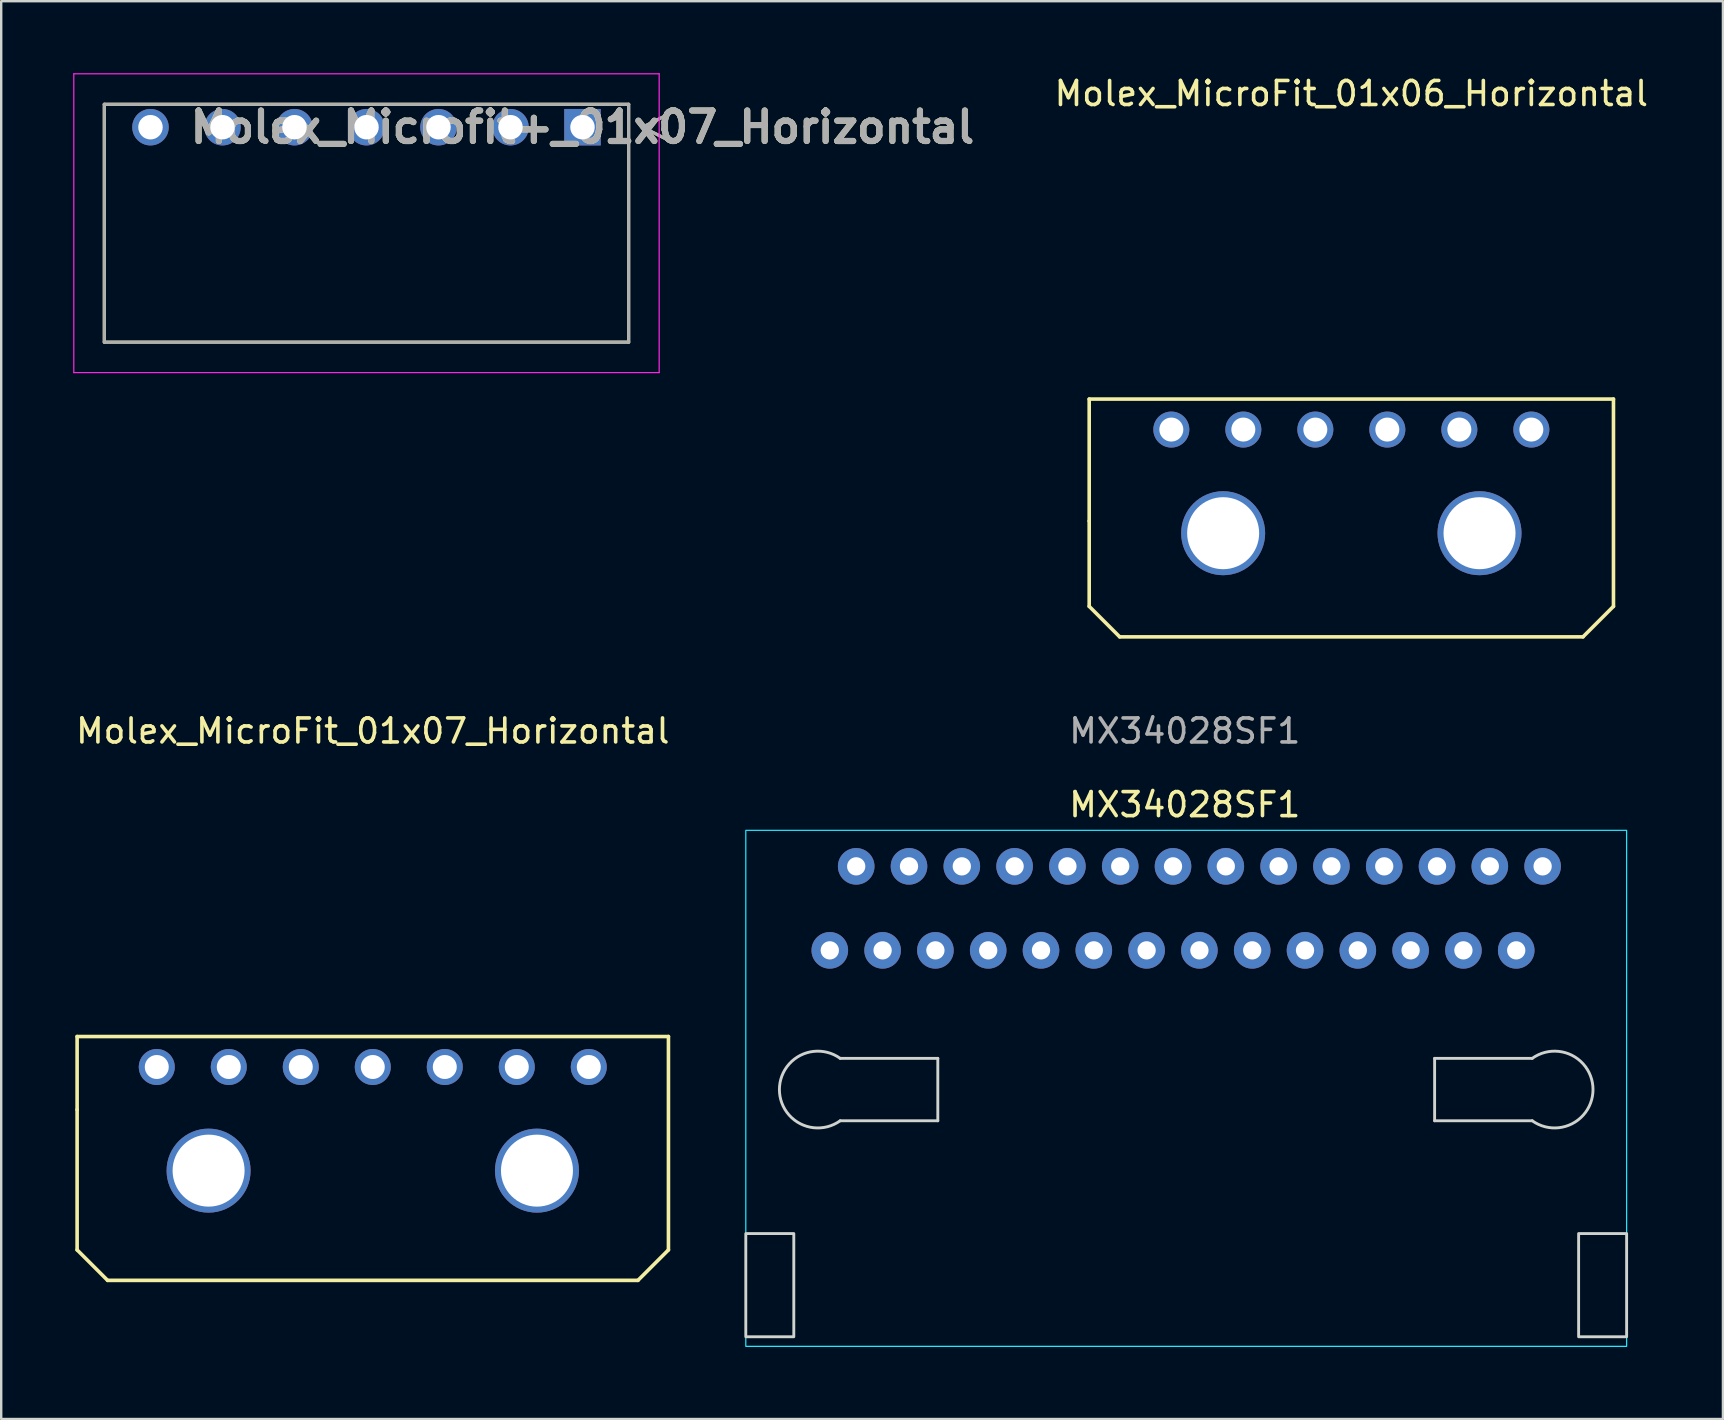
<source format=kicad_pcb>
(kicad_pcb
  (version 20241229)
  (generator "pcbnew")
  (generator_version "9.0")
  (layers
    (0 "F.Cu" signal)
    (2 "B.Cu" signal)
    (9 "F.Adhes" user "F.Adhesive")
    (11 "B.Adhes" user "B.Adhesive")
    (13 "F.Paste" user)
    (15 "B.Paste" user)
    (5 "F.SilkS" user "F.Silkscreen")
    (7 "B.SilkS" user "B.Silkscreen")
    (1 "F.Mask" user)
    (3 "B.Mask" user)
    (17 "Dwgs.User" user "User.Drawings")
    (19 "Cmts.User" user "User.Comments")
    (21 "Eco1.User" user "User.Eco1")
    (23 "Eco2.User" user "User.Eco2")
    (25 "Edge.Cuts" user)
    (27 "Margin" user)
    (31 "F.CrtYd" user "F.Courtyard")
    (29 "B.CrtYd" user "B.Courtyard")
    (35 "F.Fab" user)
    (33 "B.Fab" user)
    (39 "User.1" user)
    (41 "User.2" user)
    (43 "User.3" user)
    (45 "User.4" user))
  (footprint "Molex_MicroFit_01x07_Horizontal"
    (layer "F.Cu")
    (at 12.482 41.407)
    (property "Reference" "Molex_MicroFit_01x07_Horizontal" (at 0 -14 0) (layer "F.SilkS") (effects (font (size 1 1) (thickness 0.15))))
    (attr through_hole)
    (fp_line (start -12.319 -1.27) (end 12.319 -1.27) (stroke (width 0.15) (type solid)) (layer "F.SilkS"))
    (fp_line (start -12.319 1.778) (end -12.319 -1.27) (stroke (width 0.15) (type solid)) (layer "F.SilkS"))
    (fp_line (start -12.319 1.778) (end -12.319 7.62) (stroke (width 0.15) (type solid)) (layer "F.SilkS"))
    (fp_line (start -11.049 8.89) (end -12.319 7.62) (stroke (width 0.15) (type solid)) (layer "F.SilkS"))
    (fp_line (start -11.049 8.89) (end 11.049 8.89) (stroke (width 0.15) (type solid)) (layer "F.SilkS"))
    (fp_line (start 12.319 -1.27) (end 12.319 7.62) (stroke (width 0.15) (type solid)) (layer "F.SilkS"))
    (fp_line (start 12.319 7.62) (end 11.049 8.89) (stroke (width 0.15) (type solid)) (layer "F.SilkS"))
    (pad "" thru_hole circle (at -6.841 4.318) (size 3.5 3.5) (drill 3) (layers "*.Cu" "*.Mask"))
    (pad "" thru_hole circle (at 6.841 4.318) (size 3.5 3.5) (drill 3) (layers "*.Cu" "*.Mask"))
    (pad "1" thru_hole circle (at 9 0) (size 1.5 1.5) (drill 1) (layers "*.Cu" "*.Mask"))
    (pad "2" thru_hole circle (at 6 0) (size 1.5 1.5) (drill 1) (layers "*.Cu" "*.Mask"))
    (pad "3" thru_hole circle (at 3 0) (size 1.5 1.5) (drill 1) (layers "*.Cu" "*.Mask"))
    (pad "4" thru_hole circle (at 0 0) (size 1.5 1.5) (drill 1) (layers "*.Cu" "*.Mask"))
    (pad "5" thru_hole circle (at -3 0) (size 1.5 1.5) (drill 1) (layers "*.Cu" "*.Mask"))
    (pad "6" thru_hole circle (at -6 0) (size 1.5 1.5) (drill 1) (layers "*.Cu" "*.Mask"))
    (pad "7" thru_hole circle (at -9 0) (size 1.5 1.5) (drill 1) (layers "*.Cu" "*.Mask")))
  (footprint "Molex_Microfit+_01x07_Horizontal"
    (layer "F.Cu")
    (at 21.22 2.25)
    (property "Reference" "Molex_Microfit+_01x07_Horizontal" (at 0 0 0) (layer "F.SilkS") (effects (font (size 1.27 1.27) (thickness 0.254))))
    (attr through_hole)
    (fp_line (start -19.925 -0.955) (end 1.925 -0.955) (stroke (width 0.127) (type solid)) (layer "F.SilkS"))
    (fp_line (start -19.925 8.955) (end -19.925 -0.955) (stroke (width 0.127) (type solid)) (layer "F.SilkS"))
    (fp_line (start 1.925 -0.955) (end 1.925 8.955) (stroke (width 0.127) (type solid)) (layer "F.SilkS"))
    (fp_line (start 1.925 8.955) (end -19.925 8.955) (stroke (width 0.127) (type solid)) (layer "F.SilkS"))
    (fp_line (start 2.5 0) (end 3.5 -0.5) (stroke (width 0.127) (type solid)) (layer "F.SilkS"))
    (fp_line (start 3.5 -0.5) (end 3.5 0.5) (stroke (width 0.127) (type solid)) (layer "F.SilkS"))
    (fp_line (start 3.5 0.5) (end 2.5 0) (stroke (width 0.127) (type solid)) (layer "F.SilkS"))
    (fp_line (start -21.195 -2.225) (end 3.195 -2.225) (stroke (width 0.05) (type solid)) (layer "F.CrtYd"))
    (fp_line (start -21.195 10.225) (end -21.195 -2.225) (stroke (width 0.05) (type solid)) (layer "F.CrtYd"))
    (fp_line (start 3.195 -2.225) (end 3.195 10.225) (stroke (width 0.05) (type solid)) (layer "F.CrtYd"))
    (fp_line (start 3.195 10.225) (end -21.195 10.225) (stroke (width 0.05) (type solid)) (layer "F.CrtYd"))
    (fp_line (start -19.925 -0.955) (end 1.925 -0.955) (stroke (width 0.127) (type solid)) (layer "F.Fab"))
    (fp_line (start -19.925 8.955) (end -19.925 -0.955) (stroke (width 0.127) (type solid)) (layer "F.Fab"))
    (fp_line (start 1.925 -0.955) (end 1.925 8.955) (stroke (width 0.127) (type solid)) (layer "F.Fab"))
    (fp_line (start 1.925 8.955) (end -19.925 8.955) (stroke (width 0.127) (type solid)) (layer "F.Fab"))
    (fp_line (start 2.5 0) (end 3.5 -0.5) (stroke (width 0.127) (type solid)) (layer "F.Fab"))
    (fp_line (start 3.5 -0.5) (end 3.5 0.5) (stroke (width 0.127) (type solid)) (layer "F.Fab"))
    (fp_line (start 3.5 0.5) (end 2.5 0) (stroke (width 0.127) (type solid)) (layer "F.Fab"))
    (fp_text user "${REFERENCE}" (at 0 0 0) (layer "F.Fab") (effects (font (size 1.27 1.27) (thickness 0.254))))
    (pad "" np_thru_hole circle (at -15.84 4.3) (size 0.001 0.001) (drill 3) (layers "*.Cu" "*.Mask"))
    (pad "" np_thru_hole circle (at -2.16 4.3) (size 0.001 0.001) (drill 3) (layers "*.Cu" "*.Mask"))
    (pad "1" thru_hole rect (at 0 0) (size 1.52 1.52) (drill 1.02) (layers "*.Cu" "*.Mask"))
    (pad "2" thru_hole circle (at -3 0) (size 1.52 1.52) (drill 1.02) (layers "*.Cu" "*.Mask"))
    (pad "3" thru_hole circle (at -6 0) (size 1.52 1.52) (drill 1.02) (layers "*.Cu" "*.Mask"))
    (pad "4" thru_hole circle (at -9 0) (size 1.52 1.52) (drill 1.02) (layers "*.Cu" "*.Mask"))
    (pad "5" thru_hole circle (at -12 0) (size 1.52 1.52) (drill 1.02) (layers "*.Cu" "*.Mask"))
    (pad "6" thru_hole circle (at -15 0) (size 1.52 1.52) (drill 1.02) (layers "*.Cu" "*.Mask"))
    (pad "7" thru_hole circle (at -18 0) (size 1.52 1.52) (drill 1.02) (layers "*.Cu" "*.Mask")))
  (footprint "MX34028SF1"
    (layer "F.Cu")
    (at 61.224 33.047)
    (property "Reference" "MX34028SF1" (at -14.91 -2.57 0) (unlocked yes) (layer "F.SilkS") (effects (font (size 1 1) (thickness 0.15))))
    (attr through_hole)
    (fp_line (start -29.267 10.6) (end -25.2 10.6) (stroke (width 0.12) (type solid)) (layer "Edge.Cuts"))
    (fp_line (start -25.2 8) (end -29.267 8) (stroke (width 0.12) (type solid)) (layer "Edge.Cuts"))
    (fp_line (start -25.2 10.6) (end -25.2 8) (stroke (width 0.12) (type solid)) (layer "Edge.Cuts"))
    (fp_line (start -4.5 8) (end -0.433 8) (stroke (width 0.12) (type solid)) (layer "Edge.Cuts"))
    (fp_line (start -4.5 10.6) (end -4.5 8) (stroke (width 0.12) (type solid)) (layer "Edge.Cuts"))
    (fp_line (start -0.433 10.6) (end -4.5 10.6) (stroke (width 0.12) (type solid)) (layer "Edge.Cuts"))
    (fp_rect (start -31.2 15.3) (end -33.2 19.6) (stroke (width 0.12) (type solid)) (fill no) (layer "Edge.Cuts"))
    (fp_rect (start 3.5 15.3) (end 1.5 19.6) (stroke (width 0.12) (type solid)) (fill no) (layer "Edge.Cuts"))
    (fp_arc (start -29.267262 10.6) (mid -31.799506 9.3) (end -29.267262 8) (stroke (width 0.12) (type solid)) (layer "Edge.Cuts"))
    (fp_arc (start -0.432738 8) (mid 2.099506 9.3) (end -0.432738 10.6) (stroke (width 0.12) (type solid)) (layer "Edge.Cuts"))
    (fp_rect (start 3.5 -1.5) (end -33.2 20) (stroke (width 0.05) (type solid)) (fill no) (layer "B.CrtYd"))
    (fp_text user "${REFERENCE}" (at -14.91 -5.64 0) (unlocked yes) (layer "F.Fab") (effects (font (size 1 1) (thickness 0.15))))
    (pad "1" thru_hole circle (at 0 0) (size 1.524 1.524) (drill 0.762) (layers "*.Cu" "*.Mask"))
    (pad "2" thru_hole circle (at -2.2 0) (size 1.524 1.524) (drill 0.762) (layers "*.Cu" "*.Mask"))
    (pad "3" thru_hole circle (at -4.4 0) (size 1.524 1.524) (drill 0.762) (layers "*.Cu" "*.Mask"))
    (pad "4" thru_hole circle (at -6.6 0) (size 1.524 1.524) (drill 0.762) (layers "*.Cu" "*.Mask"))
    (pad "5" thru_hole circle (at -8.8 0) (size 1.524 1.524) (drill 0.762) (layers "*.Cu" "*.Mask"))
    (pad "6" thru_hole circle (at -11 0) (size 1.524 1.524) (drill 0.762) (layers "*.Cu" "*.Mask"))
    (pad "7" thru_hole circle (at -13.2 0) (size 1.524 1.524) (drill 0.762) (layers "*.Cu" "*.Mask"))
    (pad "8" thru_hole circle (at -15.4 0) (size 1.524 1.524) (drill 0.762) (layers "*.Cu" "*.Mask"))
    (pad "9" thru_hole circle (at -17.6 0) (size 1.524 1.524) (drill 0.762) (layers "*.Cu" "*.Mask"))
    (pad "10" thru_hole circle (at -19.8 0) (size 1.524 1.524) (drill 0.762) (layers "*.Cu" "*.Mask"))
    (pad "11" thru_hole circle (at -22 0) (size 1.524 1.524) (drill 0.762) (layers "*.Cu" "*.Mask"))
    (pad "12" thru_hole circle (at -24.2 0) (size 1.524 1.524) (drill 0.762) (layers "*.Cu" "*.Mask"))
    (pad "13" thru_hole circle (at -26.4 0) (size 1.524 1.524) (drill 0.762) (layers "*.Cu" "*.Mask"))
    (pad "14" thru_hole circle (at -28.6 0) (size 1.524 1.524) (drill 0.762) (layers "*.Cu" "*.Mask"))
    (pad "15" thru_hole circle (at -29.7 3.5) (size 1.524 1.524) (drill 0.762) (layers "*.Cu" "*.Mask"))
    (pad "16" thru_hole circle (at -27.5 3.5) (size 1.524 1.524) (drill 0.762) (layers "*.Cu" "*.Mask"))
    (pad "17" thru_hole circle (at -25.3 3.5) (size 1.524 1.524) (drill 0.762) (layers "*.Cu" "*.Mask"))
    (pad "18" thru_hole circle (at -23.1 3.5) (size 1.524 1.524) (drill 0.762) (layers "*.Cu" "*.Mask"))
    (pad "19" thru_hole circle (at -20.9 3.5) (size 1.524 1.524) (drill 0.762) (layers "*.Cu" "*.Mask"))
    (pad "20" thru_hole circle (at -18.7 3.5) (size 1.524 1.524) (drill 0.762) (layers "*.Cu" "*.Mask"))
    (pad "21" thru_hole circle (at -16.5 3.5) (size 1.524 1.524) (drill 0.762) (layers "*.Cu" "*.Mask"))
    (pad "22" thru_hole circle (at -14.3 3.5) (size 1.524 1.524) (drill 0.762) (layers "*.Cu" "*.Mask"))
    (pad "23" thru_hole circle (at -12.1 3.5) (size 1.524 1.524) (drill 0.762) (layers "*.Cu" "*.Mask"))
    (pad "24" thru_hole circle (at -9.9 3.5) (size 1.524 1.524) (drill 0.762) (layers "*.Cu" "*.Mask"))
    (pad "25" thru_hole circle (at -7.7 3.5) (size 1.524 1.524) (drill 0.762) (layers "*.Cu" "*.Mask"))
    (pad "26" thru_hole circle (at -5.5 3.5) (size 1.524 1.524) (drill 0.762) (layers "*.Cu" "*.Mask"))
    (pad "27" thru_hole circle (at -3.3 3.5) (size 1.524 1.524) (drill 0.762) (layers "*.Cu" "*.Mask"))
    (pad "28" thru_hole circle (at -1.1 3.5) (size 1.524 1.524) (drill 0.762) (layers "*.Cu" "*.Mask")))
  (footprint "Molex_MicroFit_01x06_Horizontal"
    (layer "F.Cu")
    (at 53.254 14.848)
    (property "Reference" "Molex_MicroFit_01x06_Horizontal" (at 0 -14 0) (layer "F.SilkS") (effects (font (size 1 1) (thickness 0.15))))
    (attr through_hole)
    (fp_line (start -10.922 3.81) (end -10.922 -1.27) (stroke (width 0.15) (type solid)) (layer "F.SilkS"))
    (fp_line (start -10.922 3.81) (end -10.922 7.366) (stroke (width 0.15) (type solid)) (layer "F.SilkS"))
    (fp_line (start -10.922 7.366) (end -9.652 8.636) (stroke (width 0.15) (type solid)) (layer "F.SilkS"))
    (fp_line (start -9.652 8.636) (end 9.652 8.636) (stroke (width 0.15) (type solid)) (layer "F.SilkS"))
    (fp_line (start 9.652 8.636) (end 10.922 7.366) (stroke (width 0.15) (type solid)) (layer "F.SilkS"))
    (fp_line (start 10.922 -1.27) (end -10.922 -1.27) (stroke (width 0.15) (type solid)) (layer "F.SilkS"))
    (fp_line (start 10.922 7.366) (end 10.922 -1.27) (stroke (width 0.15) (type solid)) (layer "F.SilkS"))
    (pad "" thru_hole circle (at -5.341 4.318) (size 3.5 3.5) (drill 3) (layers "*.Cu" "*.Mask"))
    (pad "" thru_hole circle (at 5.341 4.318) (size 3.5 3.5) (drill 3) (layers "*.Cu" "*.Mask"))
    (pad "1" thru_hole circle (at 7.5 0) (size 1.5 1.5) (drill 1) (layers "*.Cu" "*.Mask"))
    (pad "2" thru_hole circle (at 4.5 0) (size 1.5 1.5) (drill 1) (layers "*.Cu" "*.Mask"))
    (pad "3" thru_hole circle (at 1.5 0) (size 1.5 1.5) (drill 1) (layers "*.Cu" "*.Mask"))
    (pad "4" thru_hole circle (at -1.5 0) (size 1.5 1.5) (drill 1) (layers "*.Cu" "*.Mask"))
    (pad "5" thru_hole circle (at -4.5 0) (size 1.5 1.5) (drill 1) (layers "*.Cu" "*.Mask"))
    (pad "6" thru_hole circle (at -7.5 0) (size 1.5 1.5) (drill 1) (layers "*.Cu" "*.Mask")))
  (gr_rect
    (start -3 -3)
    (end 68.737 56.072)
    (stroke (width 0.1) (type default))
    (fill no)
    (layer "Edge.Cuts")))
</source>
